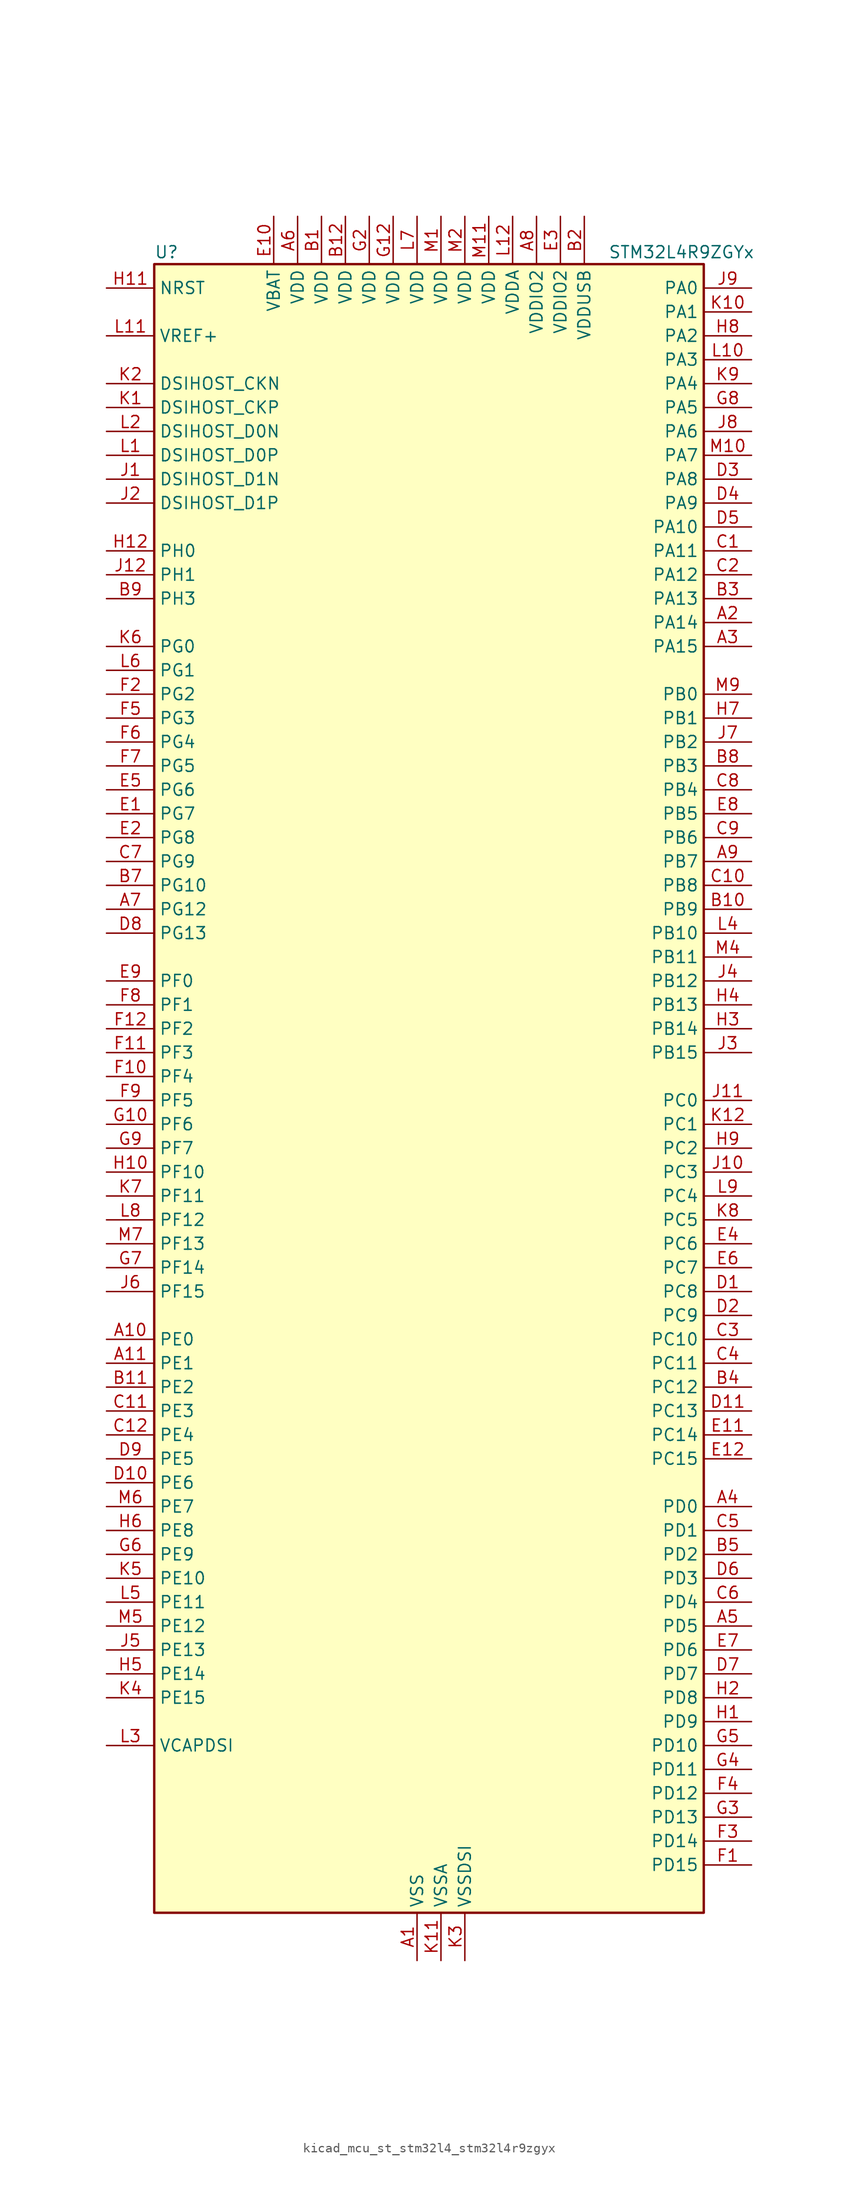
<source format=kicad_sym>
(kicad_symbol_lib
  (version 20220914)
  (generator kicad_symbol_editor)
  (symbol "kicad_mcu_st_stm32l4_stm32l4r9zgyx"
    (property "Reference" "U"
      (at -27.94 90.17 0)
      (effects (font (size 1.27 1.27)) (justify left)))
    (property "Value" "STM32L4R9ZGYx"
      (at 20.32 90.17 0)
      (effects (font (size 1.27 1.27)) (justify left)))
    (property "ki_locked" ""
      (at 0 0 0)
      (effects (font (size 1.27 1.27))))
    (symbol "kicad_mcu_st_stm32l4_stm32l4r9zgyx_0_1"
      (rectangle (start -27.94 -86.36) (end 30.48 88.9) (stroke (width 0.254) (type default)) (fill (type background))))
    (symbol "kicad_mcu_st_stm32l4_stm32l4r9zgyx_1_1"
      (pin power_in line (at 0 -91.44 90) (length 5.08) (name "VSS" (effects (font (size 1.27 1.27)))) (number "A1" (effects (font (size 1.27 1.27)))))
      (pin bidirectional line (at -33.02 -25.4 0) (length 5.08) (name "PE0" (effects (font (size 1.27 1.27)))) (number "A10" (effects (font (size 1.27 1.27)))) (alternate "DCMI_D2" bidirectional line) (alternate "FMC_NBL0" bidirectional line) (alternate "LTDC_HSYNC" bidirectional line) (alternate "TIM16_CH1" bidirectional line) (alternate "TIM4_ETR" bidirectional line))
      (pin bidirectional line (at -33.02 -27.94 0) (length 5.08) (name "PE1" (effects (font (size 1.27 1.27)))) (number "A11" (effects (font (size 1.27 1.27)))) (alternate "DCMI_D3" bidirectional line) (alternate "FMC_NBL1" bidirectional line) (alternate "LTDC_VSYNC" bidirectional line) (alternate "TIM17_CH1" bidirectional line))
      (pin passive line (at 0 -91.44 90) (length 5.08) hide (name "VSS" (effects (font (size 1.27 1.27)))) (number "A12" (effects (font (size 1.27 1.27)))))
      (pin bidirectional line (at 35.56 50.8 180) (length 5.08) (name "PA14" (effects (font (size 1.27 1.27)))) (number "A2" (effects (font (size 1.27 1.27)))) (alternate "I2C1_SMBA" bidirectional line) (alternate "I2C4_SMBA" bidirectional line) (alternate "LPTIM1_OUT" bidirectional line) (alternate "SAI1_FS_B" bidirectional line) (alternate "SYS_JTCK-SWCLK" bidirectional line) (alternate "USB_OTG_FS_SOF" bidirectional line))
      (pin bidirectional line (at 35.56 48.26 180) (length 5.08) (name "PA15" (effects (font (size 1.27 1.27)))) (number "A3" (effects (font (size 1.27 1.27)))) (alternate "ADC1_EXTI15" bidirectional line) (alternate "SAI2_FS_B" bidirectional line) (alternate "SPI1_NSS" bidirectional line) (alternate "SPI3_NSS" bidirectional line) (alternate "SYS_JTDI" bidirectional line) (alternate "TIM2_CH1" bidirectional line) (alternate "TIM2_ETR" bidirectional line) (alternate "TSC_G3_IO1" bidirectional line) (alternate "UART4_DE" bidirectional line) (alternate "UART4_RTS" bidirectional line) (alternate "USART2_RX" bidirectional line) (alternate "USART3_DE" bidirectional line) (alternate "USART3_RTS" bidirectional line))
      (pin bidirectional line (at 35.56 -43.18 180) (length 5.08) (name "PD0" (effects (font (size 1.27 1.27)))) (number "A4" (effects (font (size 1.27 1.27)))) (alternate "CAN1_RX" bidirectional line) (alternate "DFSDM1_DATIN7" bidirectional line) (alternate "FMC_D2" bidirectional line) (alternate "FMC_DA2" bidirectional line) (alternate "LTDC_B4" bidirectional line) (alternate "SPI2_NSS" bidirectional line))
      (pin bidirectional line (at 35.56 -55.88 180) (length 5.08) (name "PD5" (effects (font (size 1.27 1.27)))) (number "A5" (effects (font (size 1.27 1.27)))) (alternate "FMC_NWE" bidirectional line) (alternate "OCTOSPIM_P1_IO5" bidirectional line) (alternate "USART2_TX" bidirectional line))
      (pin power_in line (at -12.7 93.98 270) (length 5.08) (name "VDD" (effects (font (size 1.27 1.27)))) (number "A6" (effects (font (size 1.27 1.27)))))
      (pin bidirectional line (at -33.02 20.32 0) (length 5.08) (name "PG12" (effects (font (size 1.27 1.27)))) (number "A7" (effects (font (size 1.27 1.27)))) (alternate "FMC_NE4" bidirectional line) (alternate "LPTIM1_ETR" bidirectional line) (alternate "OCTOSPIM_P2_NCS" bidirectional line) (alternate "SAI2_SD_A" bidirectional line) (alternate "SPI3_NSS" bidirectional line) (alternate "USART1_DE" bidirectional line) (alternate "USART1_RTS" bidirectional line))
      (pin power_in line (at 12.7 93.98 270) (length 5.08) (name "VDDIO2" (effects (font (size 1.27 1.27)))) (number "A8" (effects (font (size 1.27 1.27)))))
      (pin bidirectional line (at 35.56 25.4 180) (length 5.08) (name "PB7" (effects (font (size 1.27 1.27)))) (number "A9" (effects (font (size 1.27 1.27)))) (alternate "COMP2_INM" bidirectional line) (alternate "DCMI_VSYNC" bidirectional line) (alternate "DFSDM1_CKIN5" bidirectional line) (alternate "DSIHOST_TE" bidirectional line) (alternate "FMC_NL" bidirectional line) (alternate "I2C1_SDA" bidirectional line) (alternate "I2C4_SDA" bidirectional line) (alternate "LPTIM1_IN2" bidirectional line) (alternate "SYS_PVD_IN" bidirectional line) (alternate "TIM17_CH1N" bidirectional line) (alternate "TIM4_CH2" bidirectional line) (alternate "TIM8_BKIN" bidirectional line) (alternate "TSC_G2_IO4" bidirectional line) (alternate "UART4_CTS" bidirectional line) (alternate "USART1_RX" bidirectional line))
      (pin power_in line (at -10.16 93.98 270) (length 5.08) (name "VDD" (effects (font (size 1.27 1.27)))) (number "B1" (effects (font (size 1.27 1.27)))))
      (pin bidirectional line (at 35.56 20.32 180) (length 5.08) (name "PB9" (effects (font (size 1.27 1.27)))) (number "B10" (effects (font (size 1.27 1.27)))) (alternate "CAN1_TX" bidirectional line) (alternate "DAC1_EXTI9" bidirectional line) (alternate "DCMI_D7" bidirectional line) (alternate "DFSDM1_CKIN6" bidirectional line) (alternate "I2C1_SDA" bidirectional line) (alternate "IR_OUT" bidirectional line) (alternate "SAI1_D2" bidirectional line) (alternate "SAI1_FS_A" bidirectional line) (alternate "SDMMC1_CDIR" bidirectional line) (alternate "SDMMC1_D5" bidirectional line) (alternate "SPI2_NSS" bidirectional line) (alternate "TIM17_CH1" bidirectional line) (alternate "TIM4_CH4" bidirectional line))
      (pin bidirectional line (at -33.02 -30.48 0) (length 5.08) (name "PE2" (effects (font (size 1.27 1.27)))) (number "B11" (effects (font (size 1.27 1.27)))) (alternate "FMC_A23" bidirectional line) (alternate "LTDC_R0" bidirectional line) (alternate "SAI1_CK1" bidirectional line) (alternate "SAI1_MCLK_A" bidirectional line) (alternate "SYS_TRACECLK" bidirectional line) (alternate "TIM3_ETR" bidirectional line) (alternate "TSC_G7_IO1" bidirectional line))
      (pin power_in line (at -7.62 93.98 270) (length 5.08) (name "VDD" (effects (font (size 1.27 1.27)))) (number "B12" (effects (font (size 1.27 1.27)))))
      (pin power_in line (at 17.78 93.98 270) (length 5.08) (name "VDDUSB" (effects (font (size 1.27 1.27)))) (number "B2" (effects (font (size 1.27 1.27)))))
      (pin bidirectional line (at 35.56 53.34 180) (length 5.08) (name "PA13" (effects (font (size 1.27 1.27)))) (number "B3" (effects (font (size 1.27 1.27)))) (alternate "IR_OUT" bidirectional line) (alternate "SAI1_SD_B" bidirectional line) (alternate "SYS_JTMS-SWDIO" bidirectional line) (alternate "USB_OTG_FS_NOE" bidirectional line))
      (pin bidirectional line (at 35.56 -30.48 180) (length 5.08) (name "PC12" (effects (font (size 1.27 1.27)))) (number "B4" (effects (font (size 1.27 1.27)))) (alternate "DCMI_D9" bidirectional line) (alternate "SAI2_SD_B" bidirectional line) (alternate "SDMMC1_CK" bidirectional line) (alternate "SPI3_MOSI" bidirectional line) (alternate "SYS_TRACED3" bidirectional line) (alternate "TSC_G3_IO4" bidirectional line) (alternate "UART5_TX" bidirectional line) (alternate "USART3_CK" bidirectional line))
      (pin bidirectional line (at 35.56 -48.26 180) (length 5.08) (name "PD2" (effects (font (size 1.27 1.27)))) (number "B5" (effects (font (size 1.27 1.27)))) (alternate "DCMI_D11" bidirectional line) (alternate "SDMMC1_CMD" bidirectional line) (alternate "SYS_TRACED2" bidirectional line) (alternate "TIM3_ETR" bidirectional line) (alternate "TSC_SYNC" bidirectional line) (alternate "UART5_RX" bidirectional line) (alternate "USART3_DE" bidirectional line) (alternate "USART3_RTS" bidirectional line))
      (pin passive line (at 0 -91.44 90) (length 5.08) hide (name "VSS" (effects (font (size 1.27 1.27)))) (number "B6" (effects (font (size 1.27 1.27)))))
      (pin bidirectional line (at -33.02 22.86 0) (length 5.08) (name "PG10" (effects (font (size 1.27 1.27)))) (number "B7" (effects (font (size 1.27 1.27)))) (alternate "FMC_NE3" bidirectional line) (alternate "LPTIM1_IN1" bidirectional line) (alternate "OCTOSPIM_P2_IO7" bidirectional line) (alternate "SAI2_FS_A" bidirectional line) (alternate "SPI3_MISO" bidirectional line) (alternate "TIM15_CH1" bidirectional line) (alternate "USART1_RX" bidirectional line))
      (pin bidirectional line (at 35.56 35.56 180) (length 5.08) (name "PB3" (effects (font (size 1.27 1.27)))) (number "B8" (effects (font (size 1.27 1.27)))) (alternate "COMP2_INM" bidirectional line) (alternate "CRS_SYNC" bidirectional line) (alternate "SAI1_SCK_B" bidirectional line) (alternate "SPI1_SCK" bidirectional line) (alternate "SPI3_SCK" bidirectional line) (alternate "SYS_JTDO-SWO" bidirectional line) (alternate "TIM2_CH2" bidirectional line) (alternate "USART1_DE" bidirectional line) (alternate "USART1_RTS" bidirectional line))
      (pin bidirectional line (at -33.02 53.34 0) (length 5.08) (name "PH3" (effects (font (size 1.27 1.27)))) (number "B9" (effects (font (size 1.27 1.27)))))
      (pin bidirectional line (at 35.56 58.42 180) (length 5.08) (name "PA11" (effects (font (size 1.27 1.27)))) (number "C1" (effects (font (size 1.27 1.27)))) (alternate "ADC1_EXTI11" bidirectional line) (alternate "CAN1_RX" bidirectional line) (alternate "SPI1_MISO" bidirectional line) (alternate "TIM1_BKIN2" bidirectional line) (alternate "TIM1_CH4" bidirectional line) (alternate "USART1_CTS" bidirectional line) (alternate "USART1_NSS" bidirectional line) (alternate "USB_OTG_FS_DM" bidirectional line))
      (pin bidirectional line (at 35.56 22.86 180) (length 5.08) (name "PB8" (effects (font (size 1.27 1.27)))) (number "C10" (effects (font (size 1.27 1.27)))) (alternate "CAN1_RX" bidirectional line) (alternate "DCMI_D6" bidirectional line) (alternate "DFSDM1_CKOUT" bidirectional line) (alternate "DFSDM1_DATIN6" bidirectional line) (alternate "I2C1_SCL" bidirectional line) (alternate "LTDC_B1" bidirectional line) (alternate "SAI1_CK1" bidirectional line) (alternate "SAI1_MCLK_A" bidirectional line) (alternate "SDMMC1_CKIN" bidirectional line) (alternate "SDMMC1_D4" bidirectional line) (alternate "TIM16_CH1" bidirectional line) (alternate "TIM4_CH3" bidirectional line))
      (pin bidirectional line (at -33.02 -33.02 0) (length 5.08) (name "PE3" (effects (font (size 1.27 1.27)))) (number "C11" (effects (font (size 1.27 1.27)))) (alternate "FMC_A19" bidirectional line) (alternate "LTDC_R1" bidirectional line) (alternate "OCTOSPIM_P1_DQS" bidirectional line) (alternate "SAI1_SD_B" bidirectional line) (alternate "SYS_TRACED0" bidirectional line) (alternate "TIM3_CH1" bidirectional line) (alternate "TSC_G7_IO2" bidirectional line))
      (pin bidirectional line (at -33.02 -35.56 0) (length 5.08) (name "PE4" (effects (font (size 1.27 1.27)))) (number "C12" (effects (font (size 1.27 1.27)))) (alternate "DCMI_D4" bidirectional line) (alternate "DFSDM1_DATIN3" bidirectional line) (alternate "FMC_A20" bidirectional line) (alternate "LTDC_B0" bidirectional line) (alternate "SAI1_D2" bidirectional line) (alternate "SAI1_FS_A" bidirectional line) (alternate "SYS_TRACED1" bidirectional line) (alternate "TIM3_CH2" bidirectional line) (alternate "TSC_G7_IO3" bidirectional line))
      (pin bidirectional line (at 35.56 55.88 180) (length 5.08) (name "PA12" (effects (font (size 1.27 1.27)))) (number "C2" (effects (font (size 1.27 1.27)))) (alternate "CAN1_TX" bidirectional line) (alternate "SPI1_MOSI" bidirectional line) (alternate "TIM1_ETR" bidirectional line) (alternate "USART1_DE" bidirectional line) (alternate "USART1_RTS" bidirectional line) (alternate "USB_OTG_FS_DP" bidirectional line))
      (pin bidirectional line (at 35.56 -25.4 180) (length 5.08) (name "PC10" (effects (font (size 1.27 1.27)))) (number "C3" (effects (font (size 1.27 1.27)))) (alternate "DCMI_D8" bidirectional line) (alternate "SAI2_SCK_B" bidirectional line) (alternate "SDMMC1_D2" bidirectional line) (alternate "SPI3_SCK" bidirectional line) (alternate "SYS_TRACED1" bidirectional line) (alternate "TSC_G3_IO2" bidirectional line) (alternate "UART4_TX" bidirectional line) (alternate "USART3_TX" bidirectional line))
      (pin bidirectional line (at 35.56 -27.94 180) (length 5.08) (name "PC11" (effects (font (size 1.27 1.27)))) (number "C4" (effects (font (size 1.27 1.27)))) (alternate "ADC1_EXTI11" bidirectional line) (alternate "DCMI_D2" bidirectional line) (alternate "DCMI_D4" bidirectional line) (alternate "OCTOSPIM_P1_NCS" bidirectional line) (alternate "SAI2_MCLK_B" bidirectional line) (alternate "SDMMC1_D3" bidirectional line) (alternate "SPI3_MISO" bidirectional line) (alternate "TSC_G3_IO3" bidirectional line) (alternate "UART4_RX" bidirectional line) (alternate "USART3_RX" bidirectional line))
      (pin bidirectional line (at 35.56 -45.72 180) (length 5.08) (name "PD1" (effects (font (size 1.27 1.27)))) (number "C5" (effects (font (size 1.27 1.27)))) (alternate "CAN1_TX" bidirectional line) (alternate "DFSDM1_CKIN7" bidirectional line) (alternate "FMC_D3" bidirectional line) (alternate "FMC_DA3" bidirectional line) (alternate "LTDC_B5" bidirectional line) (alternate "SPI2_SCK" bidirectional line))
      (pin bidirectional line (at 35.56 -53.34 180) (length 5.08) (name "PD4" (effects (font (size 1.27 1.27)))) (number "C6" (effects (font (size 1.27 1.27)))) (alternate "DFSDM1_CKIN0" bidirectional line) (alternate "FMC_NOE" bidirectional line) (alternate "OCTOSPIM_P1_IO4" bidirectional line) (alternate "SPI2_MOSI" bidirectional line) (alternate "USART2_DE" bidirectional line) (alternate "USART2_RTS" bidirectional line))
      (pin bidirectional line (at -33.02 25.4 0) (length 5.08) (name "PG9" (effects (font (size 1.27 1.27)))) (number "C7" (effects (font (size 1.27 1.27)))) (alternate "DAC1_EXTI9" bidirectional line) (alternate "FMC_NCE" bidirectional line) (alternate "FMC_NE2" bidirectional line) (alternate "OCTOSPIM_P2_IO6" bidirectional line) (alternate "SAI2_SCK_A" bidirectional line) (alternate "SPI3_SCK" bidirectional line) (alternate "TIM15_CH1N" bidirectional line) (alternate "USART1_TX" bidirectional line))
      (pin bidirectional line (at 35.56 33.02 180) (length 5.08) (name "PB4" (effects (font (size 1.27 1.27)))) (number "C8" (effects (font (size 1.27 1.27)))) (alternate "COMP2_INP" bidirectional line) (alternate "DCMI_D12" bidirectional line) (alternate "I2C3_SDA" bidirectional line) (alternate "SAI1_MCLK_B" bidirectional line) (alternate "SPI1_MISO" bidirectional line) (alternate "SPI3_MISO" bidirectional line) (alternate "SYS_JTRST" bidirectional line) (alternate "TIM17_BKIN" bidirectional line) (alternate "TIM3_CH1" bidirectional line) (alternate "TSC_G2_IO1" bidirectional line) (alternate "UART5_DE" bidirectional line) (alternate "UART5_RTS" bidirectional line) (alternate "USART1_CTS" bidirectional line) (alternate "USART1_NSS" bidirectional line))
      (pin bidirectional line (at 35.56 27.94 180) (length 5.08) (name "PB6" (effects (font (size 1.27 1.27)))) (number "C9" (effects (font (size 1.27 1.27)))) (alternate "COMP2_INP" bidirectional line) (alternate "DCMI_D5" bidirectional line) (alternate "DFSDM1_DATIN5" bidirectional line) (alternate "I2C1_SCL" bidirectional line) (alternate "I2C4_SCL" bidirectional line) (alternate "LPTIM1_ETR" bidirectional line) (alternate "SAI1_FS_B" bidirectional line) (alternate "TIM16_CH1N" bidirectional line) (alternate "TIM4_CH1" bidirectional line) (alternate "TIM8_BKIN2" bidirectional line) (alternate "TSC_G2_IO3" bidirectional line) (alternate "USART1_TX" bidirectional line))
      (pin bidirectional line (at 35.56 -20.32 180) (length 5.08) (name "PC8" (effects (font (size 1.27 1.27)))) (number "D1" (effects (font (size 1.27 1.27)))) (alternate "DCMI_D2" bidirectional line) (alternate "SDMMC1_D0" bidirectional line) (alternate "TIM3_CH3" bidirectional line) (alternate "TIM8_CH3" bidirectional line) (alternate "TSC_G4_IO3" bidirectional line))
      (pin bidirectional line (at -33.02 -40.64 0) (length 5.08) (name "PE6" (effects (font (size 1.27 1.27)))) (number "D10" (effects (font (size 1.27 1.27)))) (alternate "DCMI_D7" bidirectional line) (alternate "FMC_A22" bidirectional line) (alternate "LTDC_G1" bidirectional line) (alternate "RTC_TAMP3" bidirectional line) (alternate "SAI1_D1" bidirectional line) (alternate "SAI1_SD_A" bidirectional line) (alternate "SYS_TRACED3" bidirectional line) (alternate "SYS_WKUP3" bidirectional line) (alternate "TIM3_CH4" bidirectional line))
      (pin bidirectional line (at 35.56 -33.02 180) (length 5.08) (name "PC13" (effects (font (size 1.27 1.27)))) (number "D11" (effects (font (size 1.27 1.27)))) (alternate "RTC_OUT_ALARM" bidirectional line) (alternate "RTC_OUT_CALIB" bidirectional line) (alternate "RTC_TAMP1" bidirectional line) (alternate "RTC_TS" bidirectional line) (alternate "SYS_WKUP2" bidirectional line))
      (pin passive line (at 0 -91.44 90) (length 5.08) hide (name "VSS" (effects (font (size 1.27 1.27)))) (number "D12" (effects (font (size 1.27 1.27)))))
      (pin bidirectional line (at 35.56 -22.86 180) (length 5.08) (name "PC9" (effects (font (size 1.27 1.27)))) (number "D2" (effects (font (size 1.27 1.27)))) (alternate "DAC1_EXTI9" bidirectional line) (alternate "DCMI_D3" bidirectional line) (alternate "I2C3_SDA" bidirectional line) (alternate "SAI2_EXTCLK" bidirectional line) (alternate "SDMMC1_D1" bidirectional line) (alternate "SYS_TRACED0" bidirectional line) (alternate "TIM3_CH4" bidirectional line) (alternate "TIM8_BKIN2" bidirectional line) (alternate "TIM8_CH4" bidirectional line) (alternate "TSC_G4_IO4" bidirectional line) (alternate "USB_OTG_FS_NOE" bidirectional line))
      (pin bidirectional line (at 35.56 66.04 180) (length 5.08) (name "PA8" (effects (font (size 1.27 1.27)))) (number "D3" (effects (font (size 1.27 1.27)))) (alternate "LPTIM2_OUT" bidirectional line) (alternate "RCC_MCO" bidirectional line) (alternate "SAI1_CK2" bidirectional line) (alternate "SAI1_SCK_A" bidirectional line) (alternate "TIM1_CH1" bidirectional line) (alternate "USART1_CK" bidirectional line) (alternate "USB_OTG_FS_SOF" bidirectional line))
      (pin bidirectional line (at 35.56 63.5 180) (length 5.08) (name "PA9" (effects (font (size 1.27 1.27)))) (number "D4" (effects (font (size 1.27 1.27)))) (alternate "DAC1_EXTI9" bidirectional line) (alternate "DCMI_D0" bidirectional line) (alternate "SAI1_FS_A" bidirectional line) (alternate "SPI2_SCK" bidirectional line) (alternate "TIM15_BKIN" bidirectional line) (alternate "TIM1_CH2" bidirectional line) (alternate "USART1_TX" bidirectional line) (alternate "USB_OTG_FS_VBUS" bidirectional line))
      (pin bidirectional line (at 35.56 60.96 180) (length 5.08) (name "PA10" (effects (font (size 1.27 1.27)))) (number "D5" (effects (font (size 1.27 1.27)))) (alternate "DCMI_D1" bidirectional line) (alternate "SAI1_D1" bidirectional line) (alternate "SAI1_SD_A" bidirectional line) (alternate "TIM17_BKIN" bidirectional line) (alternate "TIM1_CH3" bidirectional line) (alternate "USART1_RX" bidirectional line) (alternate "USB_OTG_FS_ID" bidirectional line))
      (pin bidirectional line (at 35.56 -50.8 180) (length 5.08) (name "PD3" (effects (font (size 1.27 1.27)))) (number "D6" (effects (font (size 1.27 1.27)))) (alternate "DCMI_D5" bidirectional line) (alternate "DFSDM1_DATIN0" bidirectional line) (alternate "FMC_CLK" bidirectional line) (alternate "LTDC_CLK" bidirectional line) (alternate "OCTOSPIM_P2_NCS" bidirectional line) (alternate "SPI2_MISO" bidirectional line) (alternate "SPI2_SCK" bidirectional line) (alternate "USART2_CTS" bidirectional line) (alternate "USART2_NSS" bidirectional line))
      (pin bidirectional line (at 35.56 -60.96 180) (length 5.08) (name "PD7" (effects (font (size 1.27 1.27)))) (number "D7" (effects (font (size 1.27 1.27)))) (alternate "DFSDM1_CKIN1" bidirectional line) (alternate "FMC_NCE" bidirectional line) (alternate "FMC_NE1" bidirectional line) (alternate "OCTOSPIM_P1_IO7" bidirectional line) (alternate "USART2_CK" bidirectional line))
      (pin bidirectional line (at -33.02 17.78 0) (length 5.08) (name "PG13" (effects (font (size 1.27 1.27)))) (number "D8" (effects (font (size 1.27 1.27)))) (alternate "FMC_A24" bidirectional line) (alternate "I2C1_SDA" bidirectional line) (alternate "LTDC_R0" bidirectional line) (alternate "USART1_CK" bidirectional line))
      (pin bidirectional line (at -33.02 -38.1 0) (length 5.08) (name "PE5" (effects (font (size 1.27 1.27)))) (number "D9" (effects (font (size 1.27 1.27)))) (alternate "DCMI_D6" bidirectional line) (alternate "DFSDM1_CKIN3" bidirectional line) (alternate "FMC_A21" bidirectional line) (alternate "LTDC_G0" bidirectional line) (alternate "SAI1_CK2" bidirectional line) (alternate "SAI1_SCK_A" bidirectional line) (alternate "SYS_TRACED2" bidirectional line) (alternate "TIM3_CH3" bidirectional line) (alternate "TSC_G7_IO4" bidirectional line))
      (pin bidirectional line (at -33.02 30.48 0) (length 5.08) (name "PG7" (effects (font (size 1.27 1.27)))) (number "E1" (effects (font (size 1.27 1.27)))) (alternate "DFSDM1_CKOUT" bidirectional line) (alternate "FMC_INT" bidirectional line) (alternate "I2C3_SCL" bidirectional line) (alternate "LPUART1_TX" bidirectional line) (alternate "OCTOSPIM_P2_DQS" bidirectional line) (alternate "SAI1_CK1" bidirectional line) (alternate "SAI1_MCLK_A" bidirectional line))
      (pin power_in line (at -15.24 93.98 270) (length 5.08) (name "VBAT" (effects (font (size 1.27 1.27)))) (number "E10" (effects (font (size 1.27 1.27)))))
      (pin bidirectional line (at 35.56 -35.56 180) (length 5.08) (name "PC14" (effects (font (size 1.27 1.27)))) (number "E11" (effects (font (size 1.27 1.27)))) (alternate "RCC_OSC32_IN" bidirectional line))
      (pin bidirectional line (at 35.56 -38.1 180) (length 5.08) (name "PC15" (effects (font (size 1.27 1.27)))) (number "E12" (effects (font (size 1.27 1.27)))) (alternate "ADC1_EXTI15" bidirectional line) (alternate "RCC_OSC32_OUT" bidirectional line))
      (pin bidirectional line (at -33.02 27.94 0) (length 5.08) (name "PG8" (effects (font (size 1.27 1.27)))) (number "E2" (effects (font (size 1.27 1.27)))) (alternate "I2C3_SDA" bidirectional line) (alternate "LPUART1_RX" bidirectional line))
      (pin power_in line (at 15.24 93.98 270) (length 5.08) (name "VDDIO2" (effects (font (size 1.27 1.27)))) (number "E3" (effects (font (size 1.27 1.27)))))
      (pin bidirectional line (at 35.56 -15.24 180) (length 5.08) (name "PC6" (effects (font (size 1.27 1.27)))) (number "E4" (effects (font (size 1.27 1.27)))) (alternate "DCMI_D0" bidirectional line) (alternate "DFSDM1_CKIN3" bidirectional line) (alternate "LTDC_R0" bidirectional line) (alternate "SAI2_MCLK_A" bidirectional line) (alternate "SDMMC1_D0DIR" bidirectional line) (alternate "SDMMC1_D6" bidirectional line) (alternate "TIM3_CH1" bidirectional line) (alternate "TIM8_CH1" bidirectional line) (alternate "TSC_G4_IO1" bidirectional line))
      (pin bidirectional line (at -33.02 33.02 0) (length 5.08) (name "PG6" (effects (font (size 1.27 1.27)))) (number "E5" (effects (font (size 1.27 1.27)))) (alternate "DSIHOST_TE" bidirectional line) (alternate "I2C3_SMBA" bidirectional line) (alternate "LPUART1_DE" bidirectional line) (alternate "LPUART1_RTS" bidirectional line) (alternate "LTDC_R1" bidirectional line) (alternate "OCTOSPIM_P1_DQS" bidirectional line))
      (pin bidirectional line (at 35.56 -17.78 180) (length 5.08) (name "PC7" (effects (font (size 1.27 1.27)))) (number "E6" (effects (font (size 1.27 1.27)))) (alternate "DCMI_D1" bidirectional line) (alternate "DFSDM1_DATIN3" bidirectional line) (alternate "LTDC_R1" bidirectional line) (alternate "SAI2_MCLK_B" bidirectional line) (alternate "SDMMC1_D123DIR" bidirectional line) (alternate "SDMMC1_D7" bidirectional line) (alternate "TIM3_CH2" bidirectional line) (alternate "TIM8_CH2" bidirectional line) (alternate "TSC_G4_IO2" bidirectional line))
      (pin bidirectional line (at 35.56 -58.42 180) (length 5.08) (name "PD6" (effects (font (size 1.27 1.27)))) (number "E7" (effects (font (size 1.27 1.27)))) (alternate "DCMI_D10" bidirectional line) (alternate "DFSDM1_DATIN1" bidirectional line) (alternate "FMC_NWAIT" bidirectional line) (alternate "LTDC_DE" bidirectional line) (alternate "OCTOSPIM_P1_IO6" bidirectional line) (alternate "SAI1_D1" bidirectional line) (alternate "SAI1_SD_A" bidirectional line) (alternate "SPI3_MOSI" bidirectional line) (alternate "USART2_RX" bidirectional line))
      (pin bidirectional line (at 35.56 30.48 180) (length 5.08) (name "PB5" (effects (font (size 1.27 1.27)))) (number "E8" (effects (font (size 1.27 1.27)))) (alternate "COMP2_OUT" bidirectional line) (alternate "DCMI_D10" bidirectional line) (alternate "I2C1_SMBA" bidirectional line) (alternate "LPTIM1_IN1" bidirectional line) (alternate "SAI1_SD_B" bidirectional line) (alternate "SPI1_MOSI" bidirectional line) (alternate "SPI3_MOSI" bidirectional line) (alternate "TIM16_BKIN" bidirectional line) (alternate "TIM3_CH2" bidirectional line) (alternate "TSC_G2_IO2" bidirectional line) (alternate "UART5_CTS" bidirectional line) (alternate "USART1_CK" bidirectional line))
      (pin bidirectional line (at -33.02 12.7 0) (length 5.08) (name "PF0" (effects (font (size 1.27 1.27)))) (number "E9" (effects (font (size 1.27 1.27)))) (alternate "FMC_A0" bidirectional line) (alternate "I2C2_SDA" bidirectional line) (alternate "OCTOSPIM_P2_IO0" bidirectional line))
      (pin bidirectional line (at 35.56 -81.28 180) (length 5.08) (name "PD15" (effects (font (size 1.27 1.27)))) (number "F1" (effects (font (size 1.27 1.27)))) (alternate "ADC1_EXTI15" bidirectional line) (alternate "FMC_D1" bidirectional line) (alternate "FMC_DA1" bidirectional line) (alternate "LTDC_B3" bidirectional line) (alternate "TIM4_CH4" bidirectional line))
      (pin bidirectional line (at -33.02 2.54 0) (length 5.08) (name "PF4" (effects (font (size 1.27 1.27)))) (number "F10" (effects (font (size 1.27 1.27)))) (alternate "FMC_A4" bidirectional line) (alternate "OCTOSPIM_P2_CLK" bidirectional line))
      (pin bidirectional line (at -33.02 5.08 0) (length 5.08) (name "PF3" (effects (font (size 1.27 1.27)))) (number "F11" (effects (font (size 1.27 1.27)))) (alternate "FMC_A3" bidirectional line) (alternate "OCTOSPIM_P2_IO3" bidirectional line))
      (pin bidirectional line (at -33.02 7.62 0) (length 5.08) (name "PF2" (effects (font (size 1.27 1.27)))) (number "F12" (effects (font (size 1.27 1.27)))) (alternate "FMC_A2" bidirectional line) (alternate "I2C2_SMBA" bidirectional line) (alternate "OCTOSPIM_P2_IO2" bidirectional line))
      (pin bidirectional line (at -33.02 43.18 0) (length 5.08) (name "PG2" (effects (font (size 1.27 1.27)))) (number "F2" (effects (font (size 1.27 1.27)))) (alternate "FMC_A12" bidirectional line) (alternate "SAI2_SCK_B" bidirectional line) (alternate "SPI1_SCK" bidirectional line))
      (pin bidirectional line (at 35.56 -78.74 180) (length 5.08) (name "PD14" (effects (font (size 1.27 1.27)))) (number "F3" (effects (font (size 1.27 1.27)))) (alternate "FMC_D0" bidirectional line) (alternate "FMC_DA0" bidirectional line) (alternate "LTDC_B2" bidirectional line) (alternate "TIM4_CH3" bidirectional line))
      (pin bidirectional line (at 35.56 -73.66 180) (length 5.08) (name "PD12" (effects (font (size 1.27 1.27)))) (number "F4" (effects (font (size 1.27 1.27)))) (alternate "FMC_A17" bidirectional line) (alternate "FMC_ALE" bidirectional line) (alternate "I2C4_SCL" bidirectional line) (alternate "LPTIM2_IN1" bidirectional line) (alternate "LTDC_R7" bidirectional line) (alternate "SAI2_FS_A" bidirectional line) (alternate "TIM4_CH1" bidirectional line) (alternate "TSC_G6_IO3" bidirectional line) (alternate "USART3_DE" bidirectional line) (alternate "USART3_RTS" bidirectional line))
      (pin bidirectional line (at -33.02 40.64 0) (length 5.08) (name "PG3" (effects (font (size 1.27 1.27)))) (number "F5" (effects (font (size 1.27 1.27)))) (alternate "FMC_A13" bidirectional line) (alternate "SAI2_FS_B" bidirectional line) (alternate "SPI1_MISO" bidirectional line))
      (pin bidirectional line (at -33.02 38.1 0) (length 5.08) (name "PG4" (effects (font (size 1.27 1.27)))) (number "F6" (effects (font (size 1.27 1.27)))) (alternate "FMC_A14" bidirectional line) (alternate "SAI2_MCLK_B" bidirectional line) (alternate "SPI1_MOSI" bidirectional line))
      (pin bidirectional line (at -33.02 35.56 0) (length 5.08) (name "PG5" (effects (font (size 1.27 1.27)))) (number "F7" (effects (font (size 1.27 1.27)))) (alternate "FMC_A15" bidirectional line) (alternate "LPUART1_CTS" bidirectional line) (alternate "SAI2_SD_B" bidirectional line) (alternate "SPI1_NSS" bidirectional line))
      (pin bidirectional line (at -33.02 10.16 0) (length 5.08) (name "PF1" (effects (font (size 1.27 1.27)))) (number "F8" (effects (font (size 1.27 1.27)))) (alternate "FMC_A1" bidirectional line) (alternate "I2C2_SCL" bidirectional line) (alternate "OCTOSPIM_P2_IO1" bidirectional line))
      (pin bidirectional line (at -33.02 0 0) (length 5.08) (name "PF5" (effects (font (size 1.27 1.27)))) (number "F9" (effects (font (size 1.27 1.27)))) (alternate "FMC_A5" bidirectional line))
      (pin passive line (at 0 -91.44 90) (length 5.08) hide (name "VSS" (effects (font (size 1.27 1.27)))) (number "G1" (effects (font (size 1.27 1.27)))))
      (pin bidirectional line (at -33.02 -2.54 0) (length 5.08) (name "PF6" (effects (font (size 1.27 1.27)))) (number "G10" (effects (font (size 1.27 1.27)))) (alternate "OCTOSPIM_P1_IO3" bidirectional line) (alternate "SAI1_SD_B" bidirectional line) (alternate "TIM5_CH1" bidirectional line) (alternate "TIM5_ETR" bidirectional line))
      (pin passive line (at 0 -91.44 90) (length 5.08) hide (name "VSS" (effects (font (size 1.27 1.27)))) (number "G11" (effects (font (size 1.27 1.27)))))
      (pin power_in line (at -2.54 93.98 270) (length 5.08) (name "VDD" (effects (font (size 1.27 1.27)))) (number "G12" (effects (font (size 1.27 1.27)))))
      (pin power_in line (at -5.08 93.98 270) (length 5.08) (name "VDD" (effects (font (size 1.27 1.27)))) (number "G2" (effects (font (size 1.27 1.27)))))
      (pin bidirectional line (at 35.56 -76.2 180) (length 5.08) (name "PD13" (effects (font (size 1.27 1.27)))) (number "G3" (effects (font (size 1.27 1.27)))) (alternate "FMC_A18" bidirectional line) (alternate "I2C4_SDA" bidirectional line) (alternate "LPTIM2_OUT" bidirectional line) (alternate "TIM4_CH2" bidirectional line) (alternate "TSC_G6_IO4" bidirectional line))
      (pin bidirectional line (at 35.56 -71.12 180) (length 5.08) (name "PD11" (effects (font (size 1.27 1.27)))) (number "G4" (effects (font (size 1.27 1.27)))) (alternate "ADC1_EXTI11" bidirectional line) (alternate "FMC_A16" bidirectional line) (alternate "FMC_CLE" bidirectional line) (alternate "I2C4_SMBA" bidirectional line) (alternate "LPTIM2_ETR" bidirectional line) (alternate "LTDC_R6" bidirectional line) (alternate "SAI2_SD_A" bidirectional line) (alternate "TSC_G6_IO2" bidirectional line) (alternate "USART3_CTS" bidirectional line) (alternate "USART3_NSS" bidirectional line))
      (pin bidirectional line (at 35.56 -68.58 180) (length 5.08) (name "PD10" (effects (font (size 1.27 1.27)))) (number "G5" (effects (font (size 1.27 1.27)))) (alternate "FMC_D15" bidirectional line) (alternate "FMC_DA15" bidirectional line) (alternate "LTDC_R5" bidirectional line) (alternate "SAI2_SCK_A" bidirectional line) (alternate "TSC_G6_IO1" bidirectional line) (alternate "USART3_CK" bidirectional line))
      (pin bidirectional line (at -33.02 -48.26 0) (length 5.08) (name "PE9" (effects (font (size 1.27 1.27)))) (number "G6" (effects (font (size 1.27 1.27)))) (alternate "DAC1_EXTI9" bidirectional line) (alternate "DFSDM1_CKOUT" bidirectional line) (alternate "FMC_D6" bidirectional line) (alternate "FMC_DA6" bidirectional line) (alternate "LTDC_G2" bidirectional line) (alternate "SAI1_FS_B" bidirectional line) (alternate "TIM1_CH1" bidirectional line))
      (pin bidirectional line (at -33.02 -17.78 0) (length 5.08) (name "PF14" (effects (font (size 1.27 1.27)))) (number "G7" (effects (font (size 1.27 1.27)))) (alternate "DFSDM1_CKIN6" bidirectional line) (alternate "FMC_A8" bidirectional line) (alternate "I2C4_SCL" bidirectional line) (alternate "LTDC_G0" bidirectional line) (alternate "TSC_G8_IO1" bidirectional line))
      (pin bidirectional line (at 35.56 73.66 180) (length 5.08) (name "PA5" (effects (font (size 1.27 1.27)))) (number "G8" (effects (font (size 1.27 1.27)))) (alternate "ADC1_IN10" bidirectional line) (alternate "DAC1_OUT2" bidirectional line) (alternate "LPTIM2_ETR" bidirectional line) (alternate "SPI1_SCK" bidirectional line) (alternate "TIM2_CH1" bidirectional line) (alternate "TIM2_ETR" bidirectional line) (alternate "TIM8_CH1N" bidirectional line))
      (pin bidirectional line (at -33.02 -5.08 0) (length 5.08) (name "PF7" (effects (font (size 1.27 1.27)))) (number "G9" (effects (font (size 1.27 1.27)))) (alternate "OCTOSPIM_P1_IO2" bidirectional line) (alternate "SAI1_MCLK_B" bidirectional line) (alternate "TIM5_CH2" bidirectional line))
      (pin bidirectional line (at 35.56 -66.04 180) (length 5.08) (name "PD9" (effects (font (size 1.27 1.27)))) (number "H1" (effects (font (size 1.27 1.27)))) (alternate "DAC1_EXTI9" bidirectional line) (alternate "DCMI_PIXCLK" bidirectional line) (alternate "FMC_D14" bidirectional line) (alternate "FMC_DA14" bidirectional line) (alternate "LTDC_R4" bidirectional line) (alternate "SAI2_MCLK_A" bidirectional line) (alternate "USART3_RX" bidirectional line))
      (pin bidirectional line (at -33.02 -7.62 0) (length 5.08) (name "PF10" (effects (font (size 1.27 1.27)))) (number "H10" (effects (font (size 1.27 1.27)))) (alternate "DCMI_D11" bidirectional line) (alternate "DFSDM1_CKOUT" bidirectional line) (alternate "OCTOSPIM_P1_CLK" bidirectional line) (alternate "SAI1_D3" bidirectional line) (alternate "TIM15_CH2" bidirectional line))
      (pin input line (at -33.02 86.36 0) (length 5.08) (name "NRST" (effects (font (size 1.27 1.27)))) (number "H11" (effects (font (size 1.27 1.27)))))
      (pin bidirectional line (at -33.02 58.42 0) (length 5.08) (name "PH0" (effects (font (size 1.27 1.27)))) (number "H12" (effects (font (size 1.27 1.27)))) (alternate "RCC_OSC_IN" bidirectional line))
      (pin bidirectional line (at 35.56 -63.5 180) (length 5.08) (name "PD8" (effects (font (size 1.27 1.27)))) (number "H2" (effects (font (size 1.27 1.27)))) (alternate "DCMI_HSYNC" bidirectional line) (alternate "FMC_D13" bidirectional line) (alternate "FMC_DA13" bidirectional line) (alternate "LTDC_R3" bidirectional line) (alternate "USART3_TX" bidirectional line))
      (pin bidirectional line (at 35.56 7.62 180) (length 5.08) (name "PB14" (effects (font (size 1.27 1.27)))) (number "H3" (effects (font (size 1.27 1.27)))) (alternate "DFSDM1_DATIN2" bidirectional line) (alternate "I2C2_SDA" bidirectional line) (alternate "SAI2_MCLK_A" bidirectional line) (alternate "SPI2_MISO" bidirectional line) (alternate "TIM15_CH1" bidirectional line) (alternate "TIM1_CH2N" bidirectional line) (alternate "TIM8_CH2N" bidirectional line) (alternate "TSC_G1_IO3" bidirectional line) (alternate "USART3_DE" bidirectional line) (alternate "USART3_RTS" bidirectional line))
      (pin bidirectional line (at 35.56 10.16 180) (length 5.08) (name "PB13" (effects (font (size 1.27 1.27)))) (number "H4" (effects (font (size 1.27 1.27)))) (alternate "DFSDM1_CKIN1" bidirectional line) (alternate "I2C2_SCL" bidirectional line) (alternate "LPUART1_CTS" bidirectional line) (alternate "SAI2_SCK_A" bidirectional line) (alternate "SPI2_SCK" bidirectional line) (alternate "TIM15_CH1N" bidirectional line) (alternate "TIM1_CH1N" bidirectional line) (alternate "TSC_G1_IO2" bidirectional line) (alternate "USART3_CTS" bidirectional line) (alternate "USART3_NSS" bidirectional line))
      (pin bidirectional line (at -33.02 -60.96 0) (length 5.08) (name "PE14" (effects (font (size 1.27 1.27)))) (number "H5" (effects (font (size 1.27 1.27)))) (alternate "FMC_D11" bidirectional line) (alternate "FMC_DA11" bidirectional line) (alternate "LTDC_G7" bidirectional line) (alternate "OCTOSPIM_P1_IO2" bidirectional line) (alternate "SPI1_MISO" bidirectional line) (alternate "TIM1_BKIN2" bidirectional line) (alternate "TIM1_CH4" bidirectional line))
      (pin bidirectional line (at -33.02 -45.72 0) (length 5.08) (name "PE8" (effects (font (size 1.27 1.27)))) (number "H6" (effects (font (size 1.27 1.27)))) (alternate "DFSDM1_CKIN2" bidirectional line) (alternate "FMC_D5" bidirectional line) (alternate "FMC_DA5" bidirectional line) (alternate "LTDC_B7" bidirectional line) (alternate "SAI1_SCK_B" bidirectional line) (alternate "TIM1_CH1N" bidirectional line))
      (pin bidirectional line (at 35.56 40.64 180) (length 5.08) (name "PB1" (effects (font (size 1.27 1.27)))) (number "H7" (effects (font (size 1.27 1.27)))) (alternate "ADC1_IN16" bidirectional line) (alternate "COMP1_INM" bidirectional line) (alternate "DFSDM1_DATIN0" bidirectional line) (alternate "LPTIM2_IN1" bidirectional line) (alternate "LPUART1_DE" bidirectional line) (alternate "LPUART1_RTS" bidirectional line) (alternate "OCTOSPIM_P1_IO0" bidirectional line) (alternate "TIM1_CH3N" bidirectional line) (alternate "TIM3_CH4" bidirectional line) (alternate "TIM8_CH3N" bidirectional line) (alternate "USART3_DE" bidirectional line) (alternate "USART3_RTS" bidirectional line))
      (pin bidirectional line (at 35.56 81.28 180) (length 5.08) (name "PA2" (effects (font (size 1.27 1.27)))) (number "H8" (effects (font (size 1.27 1.27)))) (alternate "ADC1_IN7" bidirectional line) (alternate "LPUART1_TX" bidirectional line) (alternate "OCTOSPIM_P1_NCS" bidirectional line) (alternate "RCC_LSCO" bidirectional line) (alternate "SAI2_EXTCLK" bidirectional line) (alternate "SYS_WKUP4" bidirectional line) (alternate "TIM15_CH1" bidirectional line) (alternate "TIM2_CH3" bidirectional line) (alternate "TIM5_CH3" bidirectional line) (alternate "USART2_TX" bidirectional line))
      (pin bidirectional line (at 35.56 -5.08 180) (length 5.08) (name "PC2" (effects (font (size 1.27 1.27)))) (number "H9" (effects (font (size 1.27 1.27)))) (alternate "ADC1_IN3" bidirectional line) (alternate "DFSDM1_CKOUT" bidirectional line) (alternate "LPTIM1_IN2" bidirectional line) (alternate "OCTOSPIM_P1_IO5" bidirectional line) (alternate "SPI2_MISO" bidirectional line))
      (pin bidirectional line (at -33.02 66.04 0) (length 5.08) (name "DSIHOST_D1N" (effects (font (size 1.27 1.27)))) (number "J1" (effects (font (size 1.27 1.27)))) (alternate "DSIHOST_D1N" bidirectional line))
      (pin bidirectional line (at 35.56 -7.62 180) (length 5.08) (name "PC3" (effects (font (size 1.27 1.27)))) (number "J10" (effects (font (size 1.27 1.27)))) (alternate "ADC1_IN4" bidirectional line) (alternate "LPTIM1_ETR" bidirectional line) (alternate "LPTIM2_ETR" bidirectional line) (alternate "OCTOSPIM_P1_IO6" bidirectional line) (alternate "SAI1_D1" bidirectional line) (alternate "SAI1_SD_A" bidirectional line) (alternate "SPI2_MOSI" bidirectional line))
      (pin bidirectional line (at 35.56 0 180) (length 5.08) (name "PC0" (effects (font (size 1.27 1.27)))) (number "J11" (effects (font (size 1.27 1.27)))) (alternate "ADC1_IN1" bidirectional line) (alternate "DFSDM1_DATIN4" bidirectional line) (alternate "I2C3_SCL" bidirectional line) (alternate "LPTIM1_IN1" bidirectional line) (alternate "LPTIM2_IN1" bidirectional line) (alternate "LPUART1_RX" bidirectional line) (alternate "SAI2_FS_A" bidirectional line))
      (pin bidirectional line (at -33.02 55.88 0) (length 5.08) (name "PH1" (effects (font (size 1.27 1.27)))) (number "J12" (effects (font (size 1.27 1.27)))) (alternate "RCC_OSC_OUT" bidirectional line))
      (pin bidirectional line (at -33.02 63.5 0) (length 5.08) (name "DSIHOST_D1P" (effects (font (size 1.27 1.27)))) (number "J2" (effects (font (size 1.27 1.27)))) (alternate "DSIHOST_D1P" bidirectional line))
      (pin bidirectional line (at 35.56 5.08 180) (length 5.08) (name "PB15" (effects (font (size 1.27 1.27)))) (number "J3" (effects (font (size 1.27 1.27)))) (alternate "ADC1_EXTI15" bidirectional line) (alternate "DFSDM1_CKIN2" bidirectional line) (alternate "RTC_REFIN" bidirectional line) (alternate "SAI2_SD_A" bidirectional line) (alternate "SPI2_MOSI" bidirectional line) (alternate "TIM15_CH2" bidirectional line) (alternate "TIM1_CH3N" bidirectional line) (alternate "TIM8_CH3N" bidirectional line) (alternate "TSC_G1_IO4" bidirectional line))
      (pin bidirectional line (at 35.56 12.7 180) (length 5.08) (name "PB12" (effects (font (size 1.27 1.27)))) (number "J4" (effects (font (size 1.27 1.27)))) (alternate "DFSDM1_DATIN1" bidirectional line) (alternate "I2C2_SMBA" bidirectional line) (alternate "LPUART1_DE" bidirectional line) (alternate "LPUART1_RTS" bidirectional line) (alternate "SAI2_FS_A" bidirectional line) (alternate "SPI2_NSS" bidirectional line) (alternate "TIM15_BKIN" bidirectional line) (alternate "TIM1_BKIN" bidirectional line) (alternate "TSC_G1_IO1" bidirectional line) (alternate "USART3_CK" bidirectional line))
      (pin bidirectional line (at -33.02 -58.42 0) (length 5.08) (name "PE13" (effects (font (size 1.27 1.27)))) (number "J5" (effects (font (size 1.27 1.27)))) (alternate "DFSDM1_CKIN5" bidirectional line) (alternate "FMC_D10" bidirectional line) (alternate "FMC_DA10" bidirectional line) (alternate "LTDC_G6" bidirectional line) (alternate "OCTOSPIM_P1_IO1" bidirectional line) (alternate "SPI1_SCK" bidirectional line) (alternate "TIM1_CH3" bidirectional line) (alternate "TSC_G5_IO4" bidirectional line))
      (pin bidirectional line (at -33.02 -20.32 0) (length 5.08) (name "PF15" (effects (font (size 1.27 1.27)))) (number "J6" (effects (font (size 1.27 1.27)))) (alternate "ADC1_EXTI15" bidirectional line) (alternate "FMC_A9" bidirectional line) (alternate "I2C4_SDA" bidirectional line) (alternate "LTDC_G1" bidirectional line) (alternate "TSC_G8_IO2" bidirectional line))
      (pin bidirectional line (at 35.56 38.1 180) (length 5.08) (name "PB2" (effects (font (size 1.27 1.27)))) (number "J7" (effects (font (size 1.27 1.27)))) (alternate "COMP1_INP" bidirectional line) (alternate "DFSDM1_CKIN0" bidirectional line) (alternate "I2C3_SMBA" bidirectional line) (alternate "LPTIM1_OUT" bidirectional line) (alternate "LTDC_B1" bidirectional line) (alternate "OCTOSPIM_P1_DQS" bidirectional line) (alternate "RTC_OUT_ALARM" bidirectional line) (alternate "RTC_OUT_CALIB" bidirectional line))
      (pin bidirectional line (at 35.56 71.12 180) (length 5.08) (name "PA6" (effects (font (size 1.27 1.27)))) (number "J8" (effects (font (size 1.27 1.27)))) (alternate "ADC1_IN11" bidirectional line) (alternate "DCMI_PIXCLK" bidirectional line) (alternate "LPUART1_CTS" bidirectional line) (alternate "OCTOSPIM_P1_IO3" bidirectional line) (alternate "OPAMP2_VINP" bidirectional line) (alternate "SPI1_MISO" bidirectional line) (alternate "TIM16_CH1" bidirectional line) (alternate "TIM1_BKIN" bidirectional line) (alternate "TIM3_CH1" bidirectional line) (alternate "TIM8_BKIN" bidirectional line) (alternate "USART3_CTS" bidirectional line) (alternate "USART3_NSS" bidirectional line))
      (pin bidirectional line (at 35.56 86.36 180) (length 5.08) (name "PA0" (effects (font (size 1.27 1.27)))) (number "J9" (effects (font (size 1.27 1.27)))) (alternate "ADC1_IN5" bidirectional line) (alternate "OPAMP1_VINP" bidirectional line) (alternate "RTC_TAMP2" bidirectional line) (alternate "SAI1_EXTCLK" bidirectional line) (alternate "SYS_WKUP1" bidirectional line) (alternate "TIM2_CH1" bidirectional line) (alternate "TIM2_ETR" bidirectional line) (alternate "TIM5_CH1" bidirectional line) (alternate "TIM8_ETR" bidirectional line) (alternate "UART4_TX" bidirectional line) (alternate "USART2_CTS" bidirectional line) (alternate "USART2_NSS" bidirectional line))
      (pin bidirectional line (at -33.02 73.66 0) (length 5.08) (name "DSIHOST_CKP" (effects (font (size 1.27 1.27)))) (number "K1" (effects (font (size 1.27 1.27)))) (alternate "DSIHOST_CKP" bidirectional line))
      (pin bidirectional line (at 35.56 83.82 180) (length 5.08) (name "PA1" (effects (font (size 1.27 1.27)))) (number "K10" (effects (font (size 1.27 1.27)))) (alternate "ADC1_IN6" bidirectional line) (alternate "I2C1_SMBA" bidirectional line) (alternate "OCTOSPIM_P1_DQS" bidirectional line) (alternate "OPAMP1_VINM" bidirectional line) (alternate "SPI1_SCK" bidirectional line) (alternate "TIM15_CH1N" bidirectional line) (alternate "TIM2_CH2" bidirectional line) (alternate "TIM5_CH2" bidirectional line) (alternate "UART4_RX" bidirectional line) (alternate "USART2_DE" bidirectional line) (alternate "USART2_RTS" bidirectional line))
      (pin power_in line (at 2.54 -91.44 90) (length 5.08) (name "VSSA" (effects (font (size 1.27 1.27)))) (number "K11" (effects (font (size 1.27 1.27)))))
      (pin bidirectional line (at 35.56 -2.54 180) (length 5.08) (name "PC1" (effects (font (size 1.27 1.27)))) (number "K12" (effects (font (size 1.27 1.27)))) (alternate "ADC1_IN2" bidirectional line) (alternate "DFSDM1_CKIN4" bidirectional line) (alternate "I2C3_SDA" bidirectional line) (alternate "LPTIM1_OUT" bidirectional line) (alternate "LPUART1_TX" bidirectional line) (alternate "OCTOSPIM_P1_IO4" bidirectional line) (alternate "SAI1_SD_A" bidirectional line) (alternate "SPI2_MOSI" bidirectional line) (alternate "SYS_TRACED0" bidirectional line))
      (pin bidirectional line (at -33.02 76.2 0) (length 5.08) (name "DSIHOST_CKN" (effects (font (size 1.27 1.27)))) (number "K2" (effects (font (size 1.27 1.27)))) (alternate "DSIHOST_CKN" bidirectional line))
      (pin power_in line (at 5.08 -91.44 90) (length 5.08) (name "VSSDSI" (effects (font (size 1.27 1.27)))) (number "K3" (effects (font (size 1.27 1.27)))))
      (pin bidirectional line (at -33.02 -63.5 0) (length 5.08) (name "PE15" (effects (font (size 1.27 1.27)))) (number "K4" (effects (font (size 1.27 1.27)))) (alternate "ADC1_EXTI15" bidirectional line) (alternate "FMC_D12" bidirectional line) (alternate "FMC_DA12" bidirectional line) (alternate "LTDC_R2" bidirectional line) (alternate "OCTOSPIM_P1_IO3" bidirectional line) (alternate "SPI1_MOSI" bidirectional line) (alternate "TIM1_BKIN" bidirectional line))
      (pin bidirectional line (at -33.02 -50.8 0) (length 5.08) (name "PE10" (effects (font (size 1.27 1.27)))) (number "K5" (effects (font (size 1.27 1.27)))) (alternate "DFSDM1_DATIN4" bidirectional line) (alternate "FMC_D7" bidirectional line) (alternate "FMC_DA7" bidirectional line) (alternate "LTDC_G3" bidirectional line) (alternate "OCTOSPIM_P1_CLK" bidirectional line) (alternate "SAI1_MCLK_B" bidirectional line) (alternate "TIM1_CH2N" bidirectional line) (alternate "TSC_G5_IO1" bidirectional line))
      (pin bidirectional line (at -33.02 48.26 0) (length 5.08) (name "PG0" (effects (font (size 1.27 1.27)))) (number "K6" (effects (font (size 1.27 1.27)))) (alternate "FMC_A10" bidirectional line) (alternate "OCTOSPIM_P2_IO4" bidirectional line) (alternate "TSC_G8_IO3" bidirectional line))
      (pin bidirectional line (at -33.02 -10.16 0) (length 5.08) (name "PF11" (effects (font (size 1.27 1.27)))) (number "K7" (effects (font (size 1.27 1.27)))) (alternate "ADC1_EXTI11" bidirectional line) (alternate "DCMI_D12" bidirectional line) (alternate "DSIHOST_TE" bidirectional line) (alternate "LTDC_DE" bidirectional line))
      (pin bidirectional line (at 35.56 -12.7 180) (length 5.08) (name "PC5" (effects (font (size 1.27 1.27)))) (number "K8" (effects (font (size 1.27 1.27)))) (alternate "ADC1_IN14" bidirectional line) (alternate "COMP1_INP" bidirectional line) (alternate "SAI1_D3" bidirectional line) (alternate "SYS_WKUP5" bidirectional line) (alternate "USART3_RX" bidirectional line))
      (pin bidirectional line (at 35.56 76.2 180) (length 5.08) (name "PA4" (effects (font (size 1.27 1.27)))) (number "K9" (effects (font (size 1.27 1.27)))) (alternate "ADC1_IN9" bidirectional line) (alternate "DAC1_OUT1" bidirectional line) (alternate "DCMI_HSYNC" bidirectional line) (alternate "LPTIM2_OUT" bidirectional line) (alternate "OCTOSPIM_P1_NCS" bidirectional line) (alternate "SAI1_FS_B" bidirectional line) (alternate "SPI1_NSS" bidirectional line) (alternate "SPI3_NSS" bidirectional line) (alternate "USART2_CK" bidirectional line))
      (pin bidirectional line (at -33.02 68.58 0) (length 5.08) (name "DSIHOST_D0P" (effects (font (size 1.27 1.27)))) (number "L1" (effects (font (size 1.27 1.27)))) (alternate "DSIHOST_D0P" bidirectional line))
      (pin bidirectional line (at 35.56 78.74 180) (length 5.08) (name "PA3" (effects (font (size 1.27 1.27)))) (number "L10" (effects (font (size 1.27 1.27)))) (alternate "ADC1_IN8" bidirectional line) (alternate "LPUART1_RX" bidirectional line) (alternate "OCTOSPIM_P1_CLK" bidirectional line) (alternate "OPAMP1_VOUT" bidirectional line) (alternate "SAI1_CK1" bidirectional line) (alternate "SAI1_MCLK_A" bidirectional line) (alternate "TIM15_CH2" bidirectional line) (alternate "TIM2_CH4" bidirectional line) (alternate "TIM5_CH4" bidirectional line) (alternate "USART2_RX" bidirectional line))
      (pin input line (at -33.02 81.28 0) (length 5.08) (name "VREF+" (effects (font (size 1.27 1.27)))) (number "L11" (effects (font (size 1.27 1.27)))) (alternate "VREFBUF_OUT" bidirectional line))
      (pin power_in line (at 10.16 93.98 270) (length 5.08) (name "VDDA" (effects (font (size 1.27 1.27)))) (number "L12" (effects (font (size 1.27 1.27)))))
      (pin bidirectional line (at -33.02 71.12 0) (length 5.08) (name "DSIHOST_D0N" (effects (font (size 1.27 1.27)))) (number "L2" (effects (font (size 1.27 1.27)))) (alternate "DSIHOST_D0N" bidirectional line))
      (pin power_out line (at -33.02 -68.58 0) (length 5.08) (name "VCAPDSI" (effects (font (size 1.27 1.27)))) (number "L3" (effects (font (size 1.27 1.27)))))
      (pin bidirectional line (at 35.56 17.78 180) (length 5.08) (name "PB10" (effects (font (size 1.27 1.27)))) (number "L4" (effects (font (size 1.27 1.27)))) (alternate "COMP1_OUT" bidirectional line) (alternate "DFSDM1_DATIN7" bidirectional line) (alternate "I2C2_SCL" bidirectional line) (alternate "I2C4_SCL" bidirectional line) (alternate "LPUART1_RX" bidirectional line) (alternate "OCTOSPIM_P1_CLK" bidirectional line) (alternate "SAI1_SCK_A" bidirectional line) (alternate "SPI2_SCK" bidirectional line) (alternate "TIM2_CH3" bidirectional line) (alternate "TSC_SYNC" bidirectional line) (alternate "USART3_TX" bidirectional line))
      (pin bidirectional line (at -33.02 -53.34 0) (length 5.08) (name "PE11" (effects (font (size 1.27 1.27)))) (number "L5" (effects (font (size 1.27 1.27)))) (alternate "ADC1_EXTI11" bidirectional line) (alternate "DFSDM1_CKIN4" bidirectional line) (alternate "FMC_D8" bidirectional line) (alternate "FMC_DA8" bidirectional line) (alternate "LTDC_G4" bidirectional line) (alternate "OCTOSPIM_P1_NCS" bidirectional line) (alternate "TIM1_CH2" bidirectional line) (alternate "TSC_G5_IO2" bidirectional line))
      (pin bidirectional line (at -33.02 45.72 0) (length 5.08) (name "PG1" (effects (font (size 1.27 1.27)))) (number "L6" (effects (font (size 1.27 1.27)))) (alternate "FMC_A11" bidirectional line) (alternate "OCTOSPIM_P2_IO5" bidirectional line) (alternate "TSC_G8_IO4" bidirectional line))
      (pin power_in line (at 0 93.98 270) (length 5.08) (name "VDD" (effects (font (size 1.27 1.27)))) (number "L7" (effects (font (size 1.27 1.27)))))
      (pin bidirectional line (at -33.02 -12.7 0) (length 5.08) (name "PF12" (effects (font (size 1.27 1.27)))) (number "L8" (effects (font (size 1.27 1.27)))) (alternate "FMC_A6" bidirectional line) (alternate "LTDC_B0" bidirectional line) (alternate "OCTOSPIM_P2_DQS" bidirectional line))
      (pin bidirectional line (at 35.56 -10.16 180) (length 5.08) (name "PC4" (effects (font (size 1.27 1.27)))) (number "L9" (effects (font (size 1.27 1.27)))) (alternate "ADC1_IN13" bidirectional line) (alternate "COMP1_INM" bidirectional line) (alternate "OCTOSPIM_P1_IO7" bidirectional line) (alternate "USART3_TX" bidirectional line))
      (pin power_in line (at 2.54 93.98 270) (length 5.08) (name "VDD" (effects (font (size 1.27 1.27)))) (number "M1" (effects (font (size 1.27 1.27)))))
      (pin bidirectional line (at 35.56 68.58 180) (length 5.08) (name "PA7" (effects (font (size 1.27 1.27)))) (number "M10" (effects (font (size 1.27 1.27)))) (alternate "ADC1_IN12" bidirectional line) (alternate "I2C3_SCL" bidirectional line) (alternate "OCTOSPIM_P1_IO2" bidirectional line) (alternate "OPAMP2_VINM" bidirectional line) (alternate "SPI1_MOSI" bidirectional line) (alternate "TIM17_CH1" bidirectional line) (alternate "TIM1_CH1N" bidirectional line) (alternate "TIM3_CH2" bidirectional line) (alternate "TIM8_CH1N" bidirectional line))
      (pin power_in line (at 7.62 93.98 270) (length 5.08) (name "VDD" (effects (font (size 1.27 1.27)))) (number "M11" (effects (font (size 1.27 1.27)))))
      (pin passive line (at 0 -91.44 90) (length 5.08) hide (name "VSS" (effects (font (size 1.27 1.27)))) (number "M12" (effects (font (size 1.27 1.27)))))
      (pin power_in line (at 5.08 93.98 270) (length 5.08) (name "VDD" (effects (font (size 1.27 1.27)))) (number "M2" (effects (font (size 1.27 1.27)))))
      (pin passive line (at 0 -91.44 90) (length 5.08) hide (name "VSS" (effects (font (size 1.27 1.27)))) (number "M3" (effects (font (size 1.27 1.27)))))
      (pin bidirectional line (at 35.56 15.24 180) (length 5.08) (name "PB11" (effects (font (size 1.27 1.27)))) (number "M4" (effects (font (size 1.27 1.27)))) (alternate "ADC1_EXTI11" bidirectional line) (alternate "COMP2_OUT" bidirectional line) (alternate "DFSDM1_CKIN7" bidirectional line) (alternate "DSIHOST_TE" bidirectional line) (alternate "I2C2_SDA" bidirectional line) (alternate "I2C4_SDA" bidirectional line) (alternate "LPUART1_TX" bidirectional line) (alternate "OCTOSPIM_P1_NCS" bidirectional line) (alternate "TIM2_CH4" bidirectional line) (alternate "USART3_RX" bidirectional line))
      (pin bidirectional line (at -33.02 -55.88 0) (length 5.08) (name "PE12" (effects (font (size 1.27 1.27)))) (number "M5" (effects (font (size 1.27 1.27)))) (alternate "DFSDM1_DATIN5" bidirectional line) (alternate "FMC_D9" bidirectional line) (alternate "FMC_DA9" bidirectional line) (alternate "LTDC_G5" bidirectional line) (alternate "OCTOSPIM_P1_IO0" bidirectional line) (alternate "SPI1_NSS" bidirectional line) (alternate "TIM1_CH3N" bidirectional line) (alternate "TSC_G5_IO3" bidirectional line))
      (pin bidirectional line (at -33.02 -43.18 0) (length 5.08) (name "PE7" (effects (font (size 1.27 1.27)))) (number "M6" (effects (font (size 1.27 1.27)))) (alternate "DFSDM1_DATIN2" bidirectional line) (alternate "FMC_D4" bidirectional line) (alternate "FMC_DA4" bidirectional line) (alternate "LTDC_B6" bidirectional line) (alternate "SAI1_SD_B" bidirectional line) (alternate "TIM1_ETR" bidirectional line))
      (pin bidirectional line (at -33.02 -15.24 0) (length 5.08) (name "PF13" (effects (font (size 1.27 1.27)))) (number "M7" (effects (font (size 1.27 1.27)))) (alternate "DFSDM1_DATIN6" bidirectional line) (alternate "FMC_A7" bidirectional line) (alternate "I2C4_SMBA" bidirectional line) (alternate "LTDC_B1" bidirectional line))
      (pin passive line (at 0 -91.44 90) (length 5.08) hide (name "VSS" (effects (font (size 1.27 1.27)))) (number "M8" (effects (font (size 1.27 1.27)))))
      (pin bidirectional line (at 35.56 43.18 180) (length 5.08) (name "PB0" (effects (font (size 1.27 1.27)))) (number "M9" (effects (font (size 1.27 1.27)))) (alternate "ADC1_IN15" bidirectional line) (alternate "COMP1_OUT" bidirectional line) (alternate "OCTOSPIM_P1_IO1" bidirectional line) (alternate "OPAMP2_VOUT" bidirectional line) (alternate "SAI1_EXTCLK" bidirectional line) (alternate "SPI1_NSS" bidirectional line) (alternate "TIM1_CH2N" bidirectional line) (alternate "TIM3_CH3" bidirectional line) (alternate "TIM8_CH2N" bidirectional line) (alternate "USART3_CK" bidirectional line)))))
</source>
